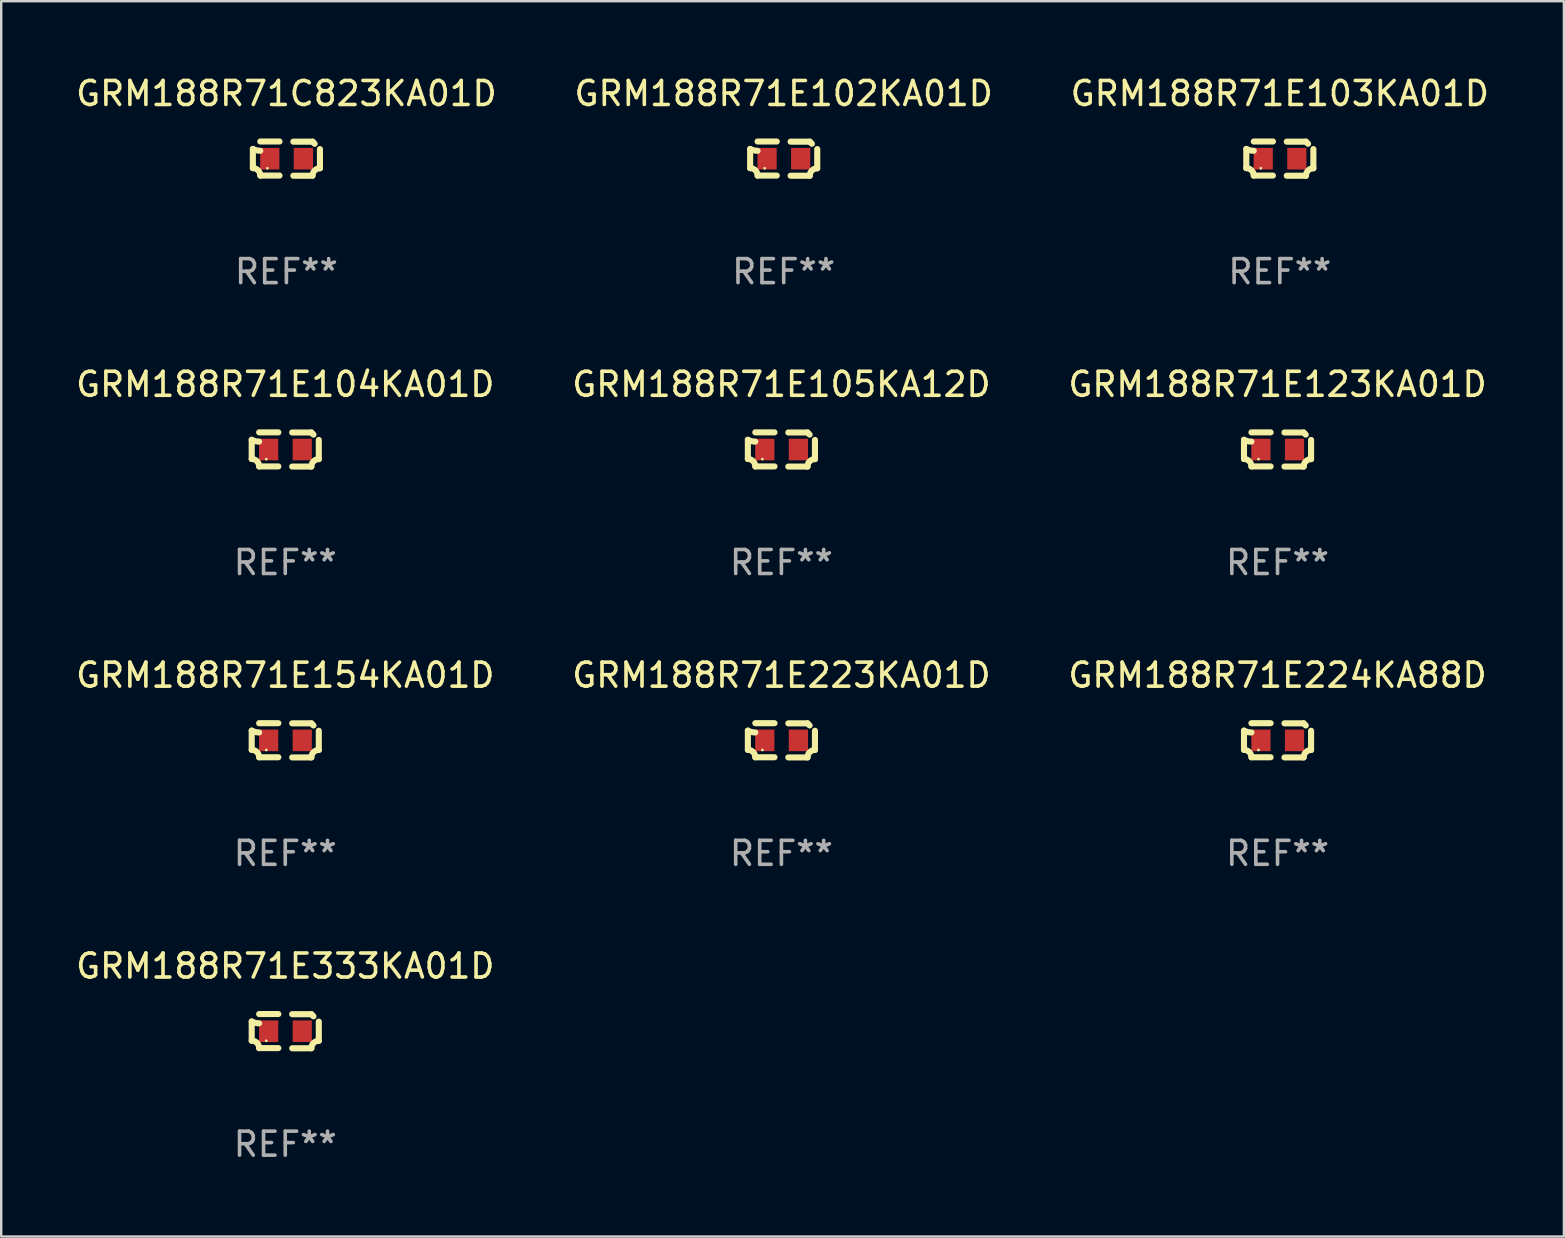
<source format=kicad_pcb>
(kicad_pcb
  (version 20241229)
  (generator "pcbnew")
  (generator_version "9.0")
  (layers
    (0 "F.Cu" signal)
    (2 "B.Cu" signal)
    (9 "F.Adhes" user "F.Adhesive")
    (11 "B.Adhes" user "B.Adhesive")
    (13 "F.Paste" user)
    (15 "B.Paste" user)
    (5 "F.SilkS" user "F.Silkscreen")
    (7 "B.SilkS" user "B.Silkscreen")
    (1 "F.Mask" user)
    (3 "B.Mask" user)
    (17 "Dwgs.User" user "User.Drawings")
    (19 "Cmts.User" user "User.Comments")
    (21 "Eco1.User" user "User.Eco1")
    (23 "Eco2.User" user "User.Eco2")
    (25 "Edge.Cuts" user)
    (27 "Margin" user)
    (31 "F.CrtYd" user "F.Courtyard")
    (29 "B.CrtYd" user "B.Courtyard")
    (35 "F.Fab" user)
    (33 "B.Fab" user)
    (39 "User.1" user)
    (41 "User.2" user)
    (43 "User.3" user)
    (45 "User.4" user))
  (footprint "GRM188R71E333KA01D"
    (layer "F.Cu")
    (at 8.839 39.927)
    (property "Reference" "GRM188R71E333KA01D" (at 0 -2.713 0) (layer "F.SilkS") (effects (font (size 1 1) (thickness 0.15))))
    (attr through_hole)
    (fp_line (start -1.398 -0.403) (end -1.398 0.397) (stroke (width 0.254) (type solid)) (layer "F.SilkS"))
    (fp_line (start -0.288 -0.713) (end -1.088 -0.713) (stroke (width 0.254) (type solid)) (layer "F.SilkS"))
    (fp_line (start -0.288 0.707) (end -1.088 0.707) (stroke (width 0.254) (type solid)) (layer "F.SilkS"))
    (fp_line (start 0.288 -0.707) (end 1.088 -0.707) (stroke (width 0.254) (type solid)) (layer "F.SilkS"))
    (fp_line (start 0.288 0.713) (end 1.088 0.713) (stroke (width 0.254) (type solid)) (layer "F.SilkS"))
    (fp_line (start 1.398 -0.397) (end 1.398 0.403) (stroke (width 0.254) (type solid)) (layer "F.SilkS"))
    (fp_arc (start -1.397789 0.397066) (mid -1.178701 0.487826) (end -1.08796 0.706922) (stroke (width 0.254001) (type solid)) (layer "F.SilkS"))
    (fp_arc (start -1.08796 -0.327176) (mid -1.247436 -0.346384) (end -1.39779 -0.402908) (stroke (width 0.254001) (type solid)) (layer "F.SilkS"))
    (fp_arc (start 1.087909 0.712738) (mid 1.178656 0.493655) (end 1.397739 0.402908) (stroke (width 0.254001) (type solid)) (layer "F.SilkS"))
    (fp_arc (start 1.175925 -0.618926) (mid 1.131917 -0.662923) (end 1.08791 -0.706922) (stroke (width 0.254001) (type solid)) (layer "F.SilkS"))
    (fp_circle (center -0.792 0.403) (end -0.762 0.403) (stroke (width 0.06) (type solid)) (fill no) (layer "F.SilkS"))
    (fp_text user "REF**" (at 0 4.713 0) (layer "F.Fab") (effects (font (size 1 1) (thickness 0.15))))
    (pad "1" smd rect (at -0.692 0.003) (size 0.8 0.9) (layers "F.Cu" "F.Mask" "F.Paste"))
    (pad "2" smd rect (at 0.708 0.003) (size 0.8 0.9) (layers "F.Cu" "F.Mask" "F.Paste")))
  (footprint "GRM188R71E223KA01D"
    (layer "F.Cu")
    (at 29.518 27.805)
    (property "Reference" "GRM188R71E223KA01D" (at 0 -2.713 0) (layer "F.SilkS") (effects (font (size 1 1) (thickness 0.15))))
    (attr through_hole)
    (fp_line (start -1.398 -0.403) (end -1.398 0.397) (stroke (width 0.254) (type solid)) (layer "F.SilkS"))
    (fp_line (start -0.288 -0.713) (end -1.088 -0.713) (stroke (width 0.254) (type solid)) (layer "F.SilkS"))
    (fp_line (start -0.288 0.707) (end -1.088 0.707) (stroke (width 0.254) (type solid)) (layer "F.SilkS"))
    (fp_line (start 0.288 -0.707) (end 1.088 -0.707) (stroke (width 0.254) (type solid)) (layer "F.SilkS"))
    (fp_line (start 0.288 0.713) (end 1.088 0.713) (stroke (width 0.254) (type solid)) (layer "F.SilkS"))
    (fp_line (start 1.398 -0.397) (end 1.398 0.403) (stroke (width 0.254) (type solid)) (layer "F.SilkS"))
    (fp_arc (start -1.397789 0.397066) (mid -1.178701 0.487826) (end -1.08796 0.706922) (stroke (width 0.254001) (type solid)) (layer "F.SilkS"))
    (fp_arc (start -1.08796 -0.327176) (mid -1.247436 -0.346384) (end -1.39779 -0.402908) (stroke (width 0.254001) (type solid)) (layer "F.SilkS"))
    (fp_arc (start 1.087909 0.712738) (mid 1.178656 0.493655) (end 1.397739 0.402908) (stroke (width 0.254001) (type solid)) (layer "F.SilkS"))
    (fp_arc (start 1.175925 -0.618926) (mid 1.131917 -0.662923) (end 1.08791 -0.706922) (stroke (width 0.254001) (type solid)) (layer "F.SilkS"))
    (fp_circle (center -0.792 0.403) (end -0.762 0.403) (stroke (width 0.06) (type solid)) (fill no) (layer "F.SilkS"))
    (fp_text user "REF**" (at 0 4.713 0) (layer "F.Fab") (effects (font (size 1 1) (thickness 0.15))))
    (pad "1" smd rect (at -0.692 0.003) (size 0.8 0.9) (layers "F.Cu" "F.Mask" "F.Paste"))
    (pad "2" smd rect (at 0.708 0.003) (size 0.8 0.9) (layers "F.Cu" "F.Mask" "F.Paste")))
  (footprint "GRM188R71E104KA01D"
    (layer "F.Cu")
    (at 8.839 15.683)
    (property "Reference" "GRM188R71E104KA01D" (at 0 -2.713 0) (layer "F.SilkS") (effects (font (size 1 1) (thickness 0.15))))
    (attr through_hole)
    (fp_line (start -1.398 -0.403) (end -1.398 0.397) (stroke (width 0.254) (type solid)) (layer "F.SilkS"))
    (fp_line (start -0.288 -0.713) (end -1.088 -0.713) (stroke (width 0.254) (type solid)) (layer "F.SilkS"))
    (fp_line (start -0.288 0.707) (end -1.088 0.707) (stroke (width 0.254) (type solid)) (layer "F.SilkS"))
    (fp_line (start 0.288 -0.707) (end 1.088 -0.707) (stroke (width 0.254) (type solid)) (layer "F.SilkS"))
    (fp_line (start 0.288 0.713) (end 1.088 0.713) (stroke (width 0.254) (type solid)) (layer "F.SilkS"))
    (fp_line (start 1.398 -0.397) (end 1.398 0.403) (stroke (width 0.254) (type solid)) (layer "F.SilkS"))
    (fp_arc (start -1.397789 0.397066) (mid -1.178701 0.487826) (end -1.08796 0.706922) (stroke (width 0.254001) (type solid)) (layer "F.SilkS"))
    (fp_arc (start -1.08796 -0.327176) (mid -1.247436 -0.346384) (end -1.39779 -0.402908) (stroke (width 0.254001) (type solid)) (layer "F.SilkS"))
    (fp_arc (start 1.087909 0.712738) (mid 1.178656 0.493655) (end 1.397739 0.402908) (stroke (width 0.254001) (type solid)) (layer "F.SilkS"))
    (fp_arc (start 1.175925 -0.618926) (mid 1.131917 -0.662923) (end 1.08791 -0.706922) (stroke (width 0.254001) (type solid)) (layer "F.SilkS"))
    (fp_circle (center -0.792 0.403) (end -0.762 0.403) (stroke (width 0.06) (type solid)) (fill no) (layer "F.SilkS"))
    (fp_text user "REF**" (at 0 4.713 0) (layer "F.Fab") (effects (font (size 1 1) (thickness 0.15))))
    (pad "1" smd rect (at -0.692 0.003) (size 0.8 0.9) (layers "F.Cu" "F.Mask" "F.Paste"))
    (pad "2" smd rect (at 0.708 0.003) (size 0.8 0.9) (layers "F.Cu" "F.Mask" "F.Paste")))
  (footprint "GRM188R71C823KA01D"
    (layer "F.Cu")
    (at 8.887 3.561)
    (property "Reference" "GRM188R71C823KA01D" (at 0 -2.713 0) (layer "F.SilkS") (effects (font (size 1 1) (thickness 0.15))))
    (attr through_hole)
    (fp_line (start -1.398 -0.403) (end -1.398 0.397) (stroke (width 0.254) (type solid)) (layer "F.SilkS"))
    (fp_line (start -0.288 -0.713) (end -1.088 -0.713) (stroke (width 0.254) (type solid)) (layer "F.SilkS"))
    (fp_line (start -0.288 0.707) (end -1.088 0.707) (stroke (width 0.254) (type solid)) (layer "F.SilkS"))
    (fp_line (start 0.288 -0.707) (end 1.088 -0.707) (stroke (width 0.254) (type solid)) (layer "F.SilkS"))
    (fp_line (start 0.288 0.713) (end 1.088 0.713) (stroke (width 0.254) (type solid)) (layer "F.SilkS"))
    (fp_line (start 1.398 -0.397) (end 1.398 0.403) (stroke (width 0.254) (type solid)) (layer "F.SilkS"))
    (fp_arc (start -1.397789 0.397066) (mid -1.178701 0.487826) (end -1.08796 0.706922) (stroke (width 0.254001) (type solid)) (layer "F.SilkS"))
    (fp_arc (start -1.08796 -0.327176) (mid -1.247436 -0.346384) (end -1.39779 -0.402908) (stroke (width 0.254001) (type solid)) (layer "F.SilkS"))
    (fp_arc (start 1.087909 0.712738) (mid 1.178656 0.493655) (end 1.397739 0.402908) (stroke (width 0.254001) (type solid)) (layer "F.SilkS"))
    (fp_arc (start 1.175925 -0.618926) (mid 1.131917 -0.662923) (end 1.08791 -0.706922) (stroke (width 0.254001) (type solid)) (layer "F.SilkS"))
    (fp_circle (center -0.792 0.403) (end -0.762 0.403) (stroke (width 0.06) (type solid)) (fill no) (layer "F.SilkS"))
    (fp_text user "REF**" (at 0 4.713 0) (layer "F.Fab") (effects (font (size 1 1) (thickness 0.15))))
    (pad "1" smd rect (at -0.692 0.003) (size 0.8 0.9) (layers "F.Cu" "F.Mask" "F.Paste"))
    (pad "2" smd rect (at 0.708 0.003) (size 0.8 0.9) (layers "F.Cu" "F.Mask" "F.Paste")))
  (footprint "GRM188R71E154KA01D"
    (layer "F.Cu")
    (at 8.839 27.805)
    (property "Reference" "GRM188R71E154KA01D" (at 0 -2.713 0) (layer "F.SilkS") (effects (font (size 1 1) (thickness 0.15))))
    (attr through_hole)
    (fp_line (start -1.398 -0.403) (end -1.398 0.397) (stroke (width 0.254) (type solid)) (layer "F.SilkS"))
    (fp_line (start -0.288 -0.713) (end -1.088 -0.713) (stroke (width 0.254) (type solid)) (layer "F.SilkS"))
    (fp_line (start -0.288 0.707) (end -1.088 0.707) (stroke (width 0.254) (type solid)) (layer "F.SilkS"))
    (fp_line (start 0.288 -0.707) (end 1.088 -0.707) (stroke (width 0.254) (type solid)) (layer "F.SilkS"))
    (fp_line (start 0.288 0.713) (end 1.088 0.713) (stroke (width 0.254) (type solid)) (layer "F.SilkS"))
    (fp_line (start 1.398 -0.397) (end 1.398 0.403) (stroke (width 0.254) (type solid)) (layer "F.SilkS"))
    (fp_arc (start -1.397789 0.397066) (mid -1.178701 0.487826) (end -1.08796 0.706922) (stroke (width 0.254001) (type solid)) (layer "F.SilkS"))
    (fp_arc (start -1.08796 -0.327176) (mid -1.247436 -0.346384) (end -1.39779 -0.402908) (stroke (width 0.254001) (type solid)) (layer "F.SilkS"))
    (fp_arc (start 1.087909 0.712738) (mid 1.178656 0.493655) (end 1.397739 0.402908) (stroke (width 0.254001) (type solid)) (layer "F.SilkS"))
    (fp_arc (start 1.175925 -0.618926) (mid 1.131917 -0.662923) (end 1.08791 -0.706922) (stroke (width 0.254001) (type solid)) (layer "F.SilkS"))
    (fp_circle (center -0.792 0.403) (end -0.762 0.403) (stroke (width 0.06) (type solid)) (fill no) (layer "F.SilkS"))
    (fp_text user "REF**" (at 0 4.713 0) (layer "F.Fab") (effects (font (size 1 1) (thickness 0.15))))
    (pad "1" smd rect (at -0.692 0.003) (size 0.8 0.9) (layers "F.Cu" "F.Mask" "F.Paste"))
    (pad "2" smd rect (at 0.708 0.003) (size 0.8 0.9) (layers "F.Cu" "F.Mask" "F.Paste")))
  (footprint "GRM188R71E224KA88D"
    (layer "F.Cu")
    (at 50.196 27.805)
    (property "Reference" "GRM188R71E224KA88D" (at 0 -2.713 0) (layer "F.SilkS") (effects (font (size 1 1) (thickness 0.15))))
    (attr through_hole)
    (fp_line (start -1.398 -0.403) (end -1.398 0.397) (stroke (width 0.254) (type solid)) (layer "F.SilkS"))
    (fp_line (start -0.288 -0.713) (end -1.088 -0.713) (stroke (width 0.254) (type solid)) (layer "F.SilkS"))
    (fp_line (start -0.288 0.707) (end -1.088 0.707) (stroke (width 0.254) (type solid)) (layer "F.SilkS"))
    (fp_line (start 0.288 -0.707) (end 1.088 -0.707) (stroke (width 0.254) (type solid)) (layer "F.SilkS"))
    (fp_line (start 0.288 0.713) (end 1.088 0.713) (stroke (width 0.254) (type solid)) (layer "F.SilkS"))
    (fp_line (start 1.398 -0.397) (end 1.398 0.403) (stroke (width 0.254) (type solid)) (layer "F.SilkS"))
    (fp_arc (start -1.397789 0.397066) (mid -1.178701 0.487826) (end -1.08796 0.706922) (stroke (width 0.254001) (type solid)) (layer "F.SilkS"))
    (fp_arc (start -1.08796 -0.327176) (mid -1.247436 -0.346384) (end -1.39779 -0.402908) (stroke (width 0.254001) (type solid)) (layer "F.SilkS"))
    (fp_arc (start 1.087909 0.712738) (mid 1.178656 0.493655) (end 1.397739 0.402908) (stroke (width 0.254001) (type solid)) (layer "F.SilkS"))
    (fp_arc (start 1.175925 -0.618926) (mid 1.131917 -0.662923) (end 1.08791 -0.706922) (stroke (width 0.254001) (type solid)) (layer "F.SilkS"))
    (fp_circle (center -0.792 0.403) (end -0.762 0.403) (stroke (width 0.06) (type solid)) (fill no) (layer "F.SilkS"))
    (fp_text user "REF**" (at 0 4.713 0) (layer "F.Fab") (effects (font (size 1 1) (thickness 0.15))))
    (pad "1" smd rect (at -0.692 0.003) (size 0.8 0.9) (layers "F.Cu" "F.Mask" "F.Paste"))
    (pad "2" smd rect (at 0.708 0.003) (size 0.8 0.9) (layers "F.Cu" "F.Mask" "F.Paste")))
  (footprint "GRM188R71E123KA01D"
    (layer "F.Cu")
    (at 50.196 15.683)
    (property "Reference" "GRM188R71E123KA01D" (at 0 -2.713 0) (layer "F.SilkS") (effects (font (size 1 1) (thickness 0.15))))
    (attr through_hole)
    (fp_line (start -1.398 -0.403) (end -1.398 0.397) (stroke (width 0.254) (type solid)) (layer "F.SilkS"))
    (fp_line (start -0.288 -0.713) (end -1.088 -0.713) (stroke (width 0.254) (type solid)) (layer "F.SilkS"))
    (fp_line (start -0.288 0.707) (end -1.088 0.707) (stroke (width 0.254) (type solid)) (layer "F.SilkS"))
    (fp_line (start 0.288 -0.707) (end 1.088 -0.707) (stroke (width 0.254) (type solid)) (layer "F.SilkS"))
    (fp_line (start 0.288 0.713) (end 1.088 0.713) (stroke (width 0.254) (type solid)) (layer "F.SilkS"))
    (fp_line (start 1.398 -0.397) (end 1.398 0.403) (stroke (width 0.254) (type solid)) (layer "F.SilkS"))
    (fp_arc (start -1.397789 0.397066) (mid -1.178701 0.487826) (end -1.08796 0.706922) (stroke (width 0.254001) (type solid)) (layer "F.SilkS"))
    (fp_arc (start -1.08796 -0.327176) (mid -1.247436 -0.346384) (end -1.39779 -0.402908) (stroke (width 0.254001) (type solid)) (layer "F.SilkS"))
    (fp_arc (start 1.087909 0.712738) (mid 1.178656 0.493655) (end 1.397739 0.402908) (stroke (width 0.254001) (type solid)) (layer "F.SilkS"))
    (fp_arc (start 1.175925 -0.618926) (mid 1.131917 -0.662923) (end 1.08791 -0.706922) (stroke (width 0.254001) (type solid)) (layer "F.SilkS"))
    (fp_circle (center -0.792 0.403) (end -0.762 0.403) (stroke (width 0.06) (type solid)) (fill no) (layer "F.SilkS"))
    (fp_text user "REF**" (at 0 4.713 0) (layer "F.Fab") (effects (font (size 1 1) (thickness 0.15))))
    (pad "1" smd rect (at -0.692 0.003) (size 0.8 0.9) (layers "F.Cu" "F.Mask" "F.Paste"))
    (pad "2" smd rect (at 0.708 0.003) (size 0.8 0.9) (layers "F.Cu" "F.Mask" "F.Paste")))
  (footprint "GRM188R71E105KA12D"
    (layer "F.Cu")
    (at 29.518 15.683)
    (property "Reference" "GRM188R71E105KA12D" (at 0 -2.713 0) (layer "F.SilkS") (effects (font (size 1 1) (thickness 0.15))))
    (attr through_hole)
    (fp_line (start -1.398 -0.403) (end -1.398 0.397) (stroke (width 0.254) (type solid)) (layer "F.SilkS"))
    (fp_line (start -0.288 -0.713) (end -1.088 -0.713) (stroke (width 0.254) (type solid)) (layer "F.SilkS"))
    (fp_line (start -0.288 0.707) (end -1.088 0.707) (stroke (width 0.254) (type solid)) (layer "F.SilkS"))
    (fp_line (start 0.288 -0.707) (end 1.088 -0.707) (stroke (width 0.254) (type solid)) (layer "F.SilkS"))
    (fp_line (start 0.288 0.713) (end 1.088 0.713) (stroke (width 0.254) (type solid)) (layer "F.SilkS"))
    (fp_line (start 1.398 -0.397) (end 1.398 0.403) (stroke (width 0.254) (type solid)) (layer "F.SilkS"))
    (fp_arc (start -1.397789 0.397066) (mid -1.178701 0.487826) (end -1.08796 0.706922) (stroke (width 0.254001) (type solid)) (layer "F.SilkS"))
    (fp_arc (start -1.08796 -0.327176) (mid -1.247436 -0.346384) (end -1.39779 -0.402908) (stroke (width 0.254001) (type solid)) (layer "F.SilkS"))
    (fp_arc (start 1.087909 0.712738) (mid 1.178656 0.493655) (end 1.397739 0.402908) (stroke (width 0.254001) (type solid)) (layer "F.SilkS"))
    (fp_arc (start 1.175925 -0.618926) (mid 1.131917 -0.662923) (end 1.08791 -0.706922) (stroke (width 0.254001) (type solid)) (layer "F.SilkS"))
    (fp_circle (center -0.792 0.403) (end -0.762 0.403) (stroke (width 0.06) (type solid)) (fill no) (layer "F.SilkS"))
    (fp_text user "REF**" (at 0 4.713 0) (layer "F.Fab") (effects (font (size 1 1) (thickness 0.15))))
    (pad "1" smd rect (at -0.692 0.003) (size 0.8 0.9) (layers "F.Cu" "F.Mask" "F.Paste"))
    (pad "2" smd rect (at 0.708 0.003) (size 0.8 0.9) (layers "F.Cu" "F.Mask" "F.Paste")))
  (footprint "GRM188R71E103KA01D"
    (layer "F.Cu")
    (at 50.292 3.561)
    (property "Reference" "GRM188R71E103KA01D" (at 0 -2.713 0) (layer "F.SilkS") (effects (font (size 1 1) (thickness 0.15))))
    (attr through_hole)
    (fp_line (start -1.398 -0.403) (end -1.398 0.397) (stroke (width 0.254) (type solid)) (layer "F.SilkS"))
    (fp_line (start -0.288 -0.713) (end -1.088 -0.713) (stroke (width 0.254) (type solid)) (layer "F.SilkS"))
    (fp_line (start -0.288 0.707) (end -1.088 0.707) (stroke (width 0.254) (type solid)) (layer "F.SilkS"))
    (fp_line (start 0.288 -0.707) (end 1.088 -0.707) (stroke (width 0.254) (type solid)) (layer "F.SilkS"))
    (fp_line (start 0.288 0.713) (end 1.088 0.713) (stroke (width 0.254) (type solid)) (layer "F.SilkS"))
    (fp_line (start 1.398 -0.397) (end 1.398 0.403) (stroke (width 0.254) (type solid)) (layer "F.SilkS"))
    (fp_arc (start -1.397789 0.397066) (mid -1.178701 0.487826) (end -1.08796 0.706922) (stroke (width 0.254001) (type solid)) (layer "F.SilkS"))
    (fp_arc (start -1.08796 -0.327176) (mid -1.247436 -0.346384) (end -1.39779 -0.402908) (stroke (width 0.254001) (type solid)) (layer "F.SilkS"))
    (fp_arc (start 1.087909 0.712738) (mid 1.178656 0.493655) (end 1.397739 0.402908) (stroke (width 0.254001) (type solid)) (layer "F.SilkS"))
    (fp_arc (start 1.175925 -0.618926) (mid 1.131917 -0.662923) (end 1.08791 -0.706922) (stroke (width 0.254001) (type solid)) (layer "F.SilkS"))
    (fp_circle (center -0.792 0.403) (end -0.762 0.403) (stroke (width 0.06) (type solid)) (fill no) (layer "F.SilkS"))
    (fp_text user "REF**" (at 0 4.713 0) (layer "F.Fab") (effects (font (size 1 1) (thickness 0.15))))
    (pad "1" smd rect (at -0.692 0.003) (size 0.8 0.9) (layers "F.Cu" "F.Mask" "F.Paste"))
    (pad "2" smd rect (at 0.708 0.003) (size 0.8 0.9) (layers "F.Cu" "F.Mask" "F.Paste")))
  (footprint "GRM188R71E102KA01D"
    (layer "F.Cu")
    (at 29.613 3.561)
    (property "Reference" "GRM188R71E102KA01D" (at 0 -2.713 0) (layer "F.SilkS") (effects (font (size 1 1) (thickness 0.15))))
    (attr through_hole)
    (fp_line (start -1.398 -0.403) (end -1.398 0.397) (stroke (width 0.254) (type solid)) (layer "F.SilkS"))
    (fp_line (start -0.288 -0.713) (end -1.088 -0.713) (stroke (width 0.254) (type solid)) (layer "F.SilkS"))
    (fp_line (start -0.288 0.707) (end -1.088 0.707) (stroke (width 0.254) (type solid)) (layer "F.SilkS"))
    (fp_line (start 0.288 -0.707) (end 1.088 -0.707) (stroke (width 0.254) (type solid)) (layer "F.SilkS"))
    (fp_line (start 0.288 0.713) (end 1.088 0.713) (stroke (width 0.254) (type solid)) (layer "F.SilkS"))
    (fp_line (start 1.398 -0.397) (end 1.398 0.403) (stroke (width 0.254) (type solid)) (layer "F.SilkS"))
    (fp_arc (start -1.397789 0.397066) (mid -1.178701 0.487826) (end -1.08796 0.706922) (stroke (width 0.254001) (type solid)) (layer "F.SilkS"))
    (fp_arc (start -1.08796 -0.327176) (mid -1.247436 -0.346384) (end -1.39779 -0.402908) (stroke (width 0.254001) (type solid)) (layer "F.SilkS"))
    (fp_arc (start 1.087909 0.712738) (mid 1.178656 0.493655) (end 1.397739 0.402908) (stroke (width 0.254001) (type solid)) (layer "F.SilkS"))
    (fp_arc (start 1.175925 -0.618926) (mid 1.131917 -0.662923) (end 1.08791 -0.706922) (stroke (width 0.254001) (type solid)) (layer "F.SilkS"))
    (fp_circle (center -0.792 0.403) (end -0.762 0.403) (stroke (width 0.06) (type solid)) (fill no) (layer "F.SilkS"))
    (fp_text user "REF**" (at 0 4.713 0) (layer "F.Fab") (effects (font (size 1 1) (thickness 0.15))))
    (pad "1" smd rect (at -0.692 0.003) (size 0.8 0.9) (layers "F.Cu" "F.Mask" "F.Paste"))
    (pad "2" smd rect (at 0.708 0.003) (size 0.8 0.9) (layers "F.Cu" "F.Mask" "F.Paste")))
  (gr_rect
    (start -3 -3)
    (end 62.131 48.488)
    (stroke (width 0.1) (type default))
    (fill no)
    (layer "Edge.Cuts")))
</source>
